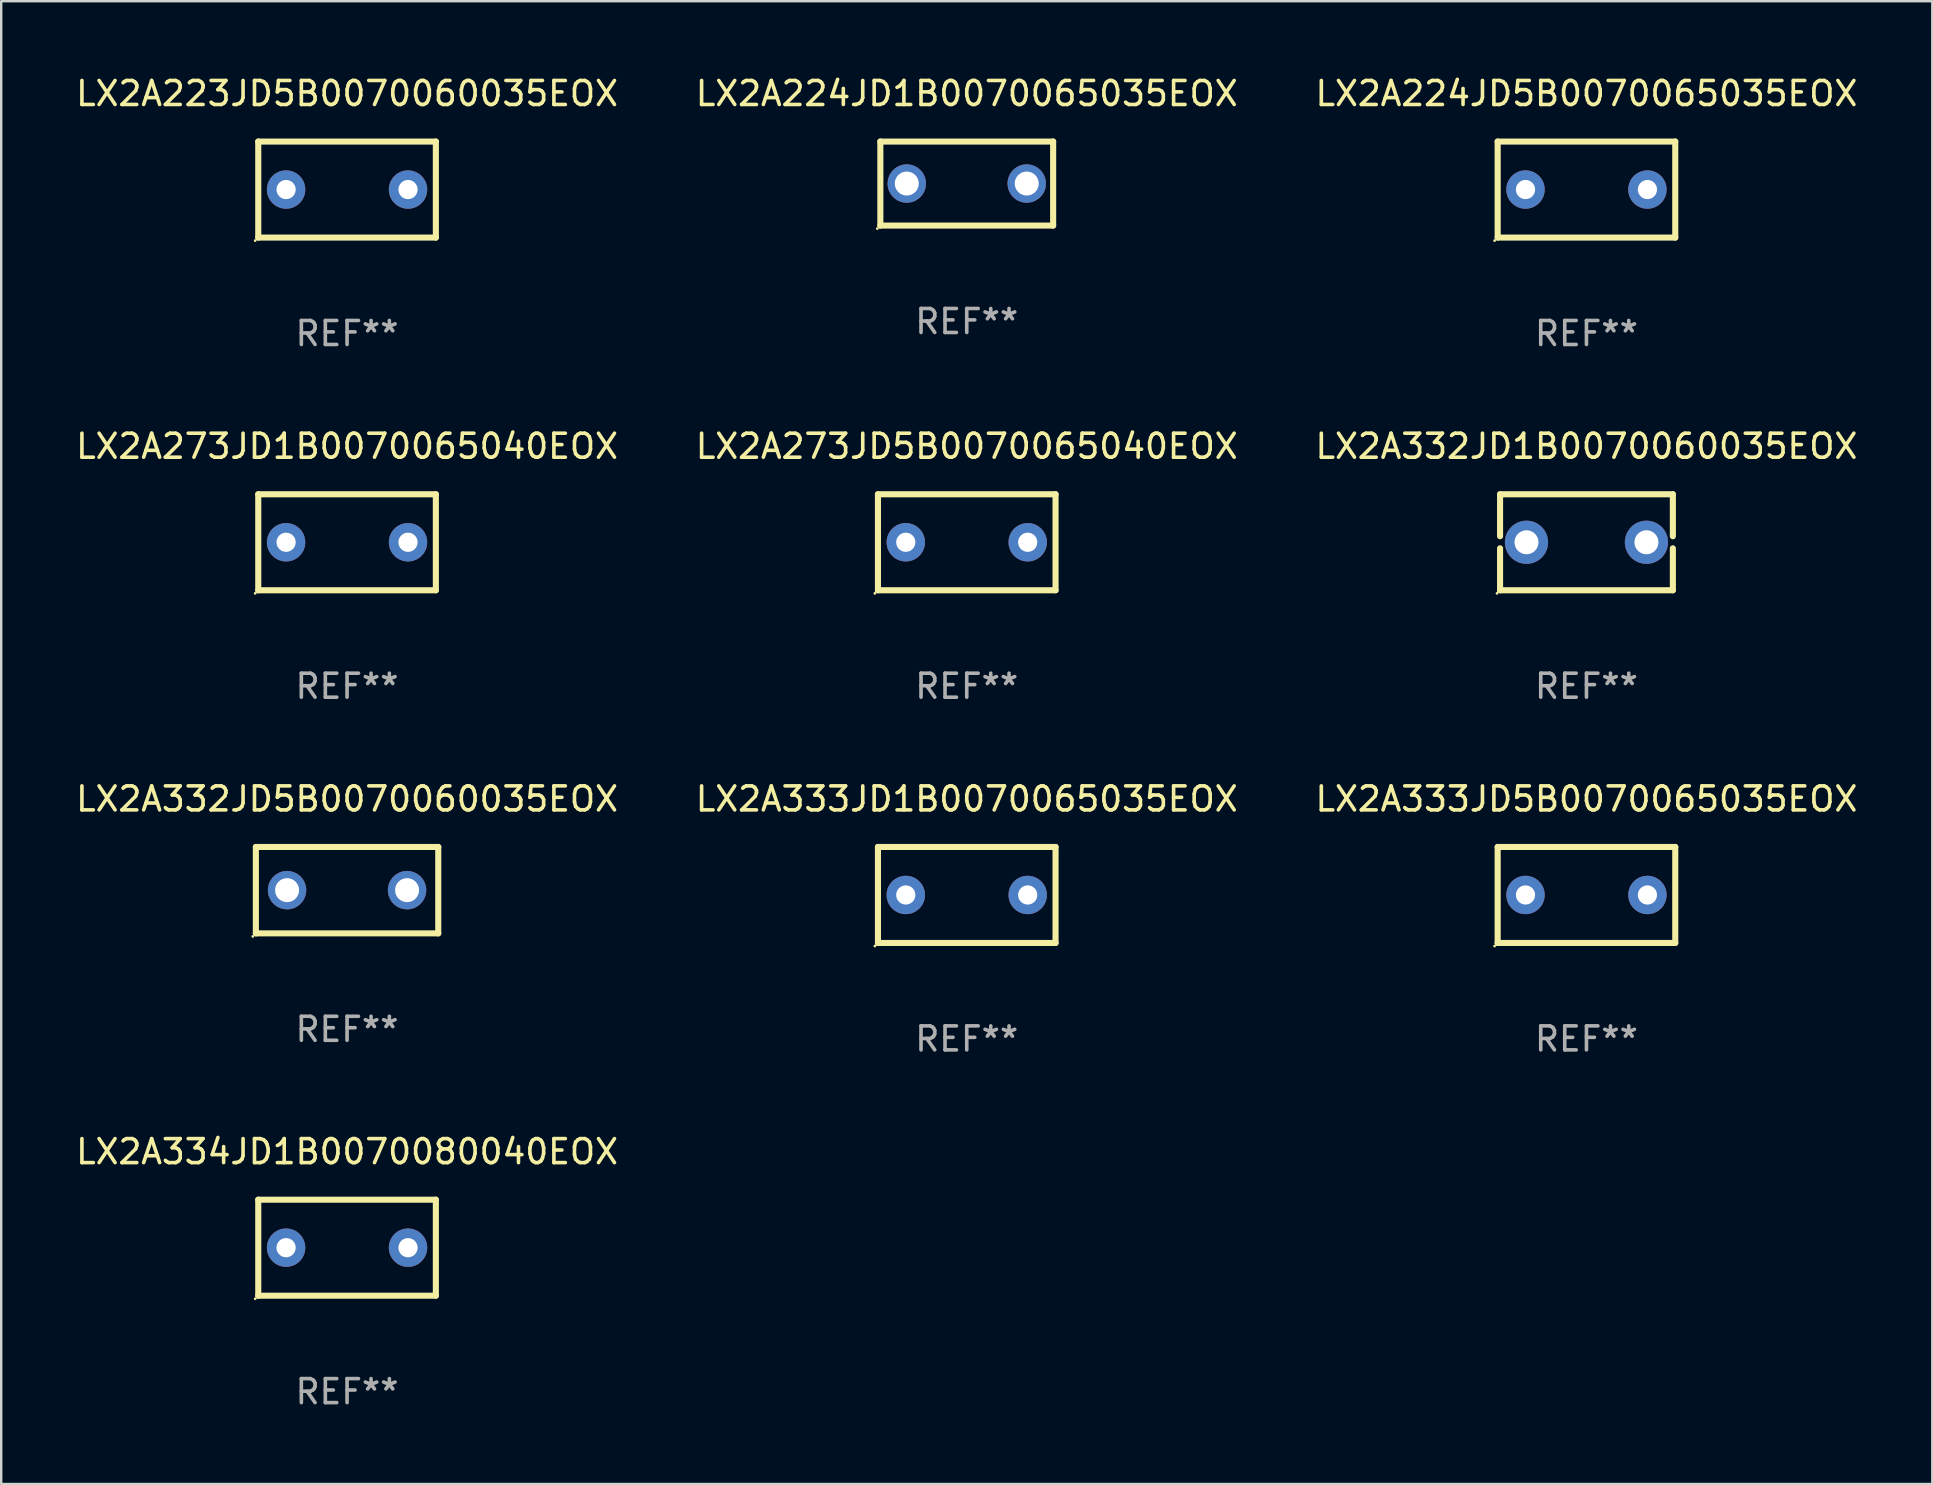
<source format=kicad_pcb>
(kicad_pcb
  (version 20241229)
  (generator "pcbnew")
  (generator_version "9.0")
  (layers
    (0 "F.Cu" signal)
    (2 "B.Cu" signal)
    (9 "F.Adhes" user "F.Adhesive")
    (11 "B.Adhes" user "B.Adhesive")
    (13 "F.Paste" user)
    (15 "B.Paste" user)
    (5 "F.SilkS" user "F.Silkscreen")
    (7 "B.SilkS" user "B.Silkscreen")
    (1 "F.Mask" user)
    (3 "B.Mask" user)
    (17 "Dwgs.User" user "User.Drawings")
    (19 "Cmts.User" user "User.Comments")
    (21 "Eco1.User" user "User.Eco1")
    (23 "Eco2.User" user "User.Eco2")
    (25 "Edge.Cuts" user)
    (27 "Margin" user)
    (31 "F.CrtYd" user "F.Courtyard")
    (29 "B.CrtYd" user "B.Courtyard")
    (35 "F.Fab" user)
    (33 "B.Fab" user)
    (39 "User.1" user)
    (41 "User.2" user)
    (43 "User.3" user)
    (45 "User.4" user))
  (footprint "LX2A334JD1B0070080040EOX"
    (layer "F.Cu")
    (at 11.411 48.938)
    (property "Reference" "LX2A334JD1B0070080040EOX" (at 0 -4 0) (layer "F.SilkS") (effects (font (size 1 1) (thickness 0.15))))
    (attr through_hole)
    (fp_line (start -3.7 -2) (end -3.7 2) (stroke (width 0.254) (type solid)) (layer "F.SilkS"))
    (fp_line (start -3.7 -2) (end 3.7 -2) (stroke (width 0.254) (type solid)) (layer "F.SilkS"))
    (fp_line (start -3.7 2) (end 3.7 2) (stroke (width 0.254) (type solid)) (layer "F.SilkS"))
    (fp_line (start 3.7 -2) (end 3.7 2) (stroke (width 0.254) (type solid)) (layer "F.SilkS"))
    (fp_circle (center -3.827 2.127) (end -3.797 2.127) (stroke (width 0.06) (type solid)) (fill no) (layer "F.SilkS"))
    (fp_text user "REF**" (at 0 6 0) (layer "F.Fab") (effects (font (size 1 1) (thickness 0.15))))
    (pad "1" thru_hole circle (at -2.54 0) (size 1.6 1.6) (drill 0.8) (layers "*.Cu" "*.Mask"))
    (pad "2" thru_hole circle (at 2.54 0) (size 1.6 1.6) (drill 0.8) (layers "*.Cu" "*.Mask")))
  (footprint "LX2A273JD1B0070065040EOX"
    (layer "F.Cu")
    (at 11.411 19.545)
    (property "Reference" "LX2A273JD1B0070065040EOX" (at 0 -4 0) (layer "F.SilkS") (effects (font (size 1 1) (thickness 0.15))))
    (attr through_hole)
    (fp_line (start -3.7 -2) (end -3.7 2) (stroke (width 0.254) (type solid)) (layer "F.SilkS"))
    (fp_line (start -3.7 -2) (end 3.7 -2) (stroke (width 0.254) (type solid)) (layer "F.SilkS"))
    (fp_line (start -3.7 2) (end 3.7 2) (stroke (width 0.254) (type solid)) (layer "F.SilkS"))
    (fp_line (start 3.7 -2) (end 3.7 2) (stroke (width 0.254) (type solid)) (layer "F.SilkS"))
    (fp_circle (center -3.827 2.127) (end -3.797 2.127) (stroke (width 0.06) (type solid)) (fill no) (layer "F.SilkS"))
    (fp_text user "REF**" (at 0 6 0) (layer "F.Fab") (effects (font (size 1 1) (thickness 0.15))))
    (pad "1" thru_hole circle (at -2.54 0) (size 1.6 1.6) (drill 0.8) (layers "*.Cu" "*.Mask"))
    (pad "2" thru_hole circle (at 2.54 0) (size 1.6 1.6) (drill 0.8) (layers "*.Cu" "*.Mask")))
  (footprint "LX2A273JD5B0070065040EOX"
    (layer "F.Cu")
    (at 37.232 19.545)
    (property "Reference" "LX2A273JD5B0070065040EOX" (at 0 -4 0) (layer "F.SilkS") (effects (font (size 1 1) (thickness 0.15))))
    (attr through_hole)
    (fp_line (start -3.7 -2) (end -3.7 2) (stroke (width 0.254) (type solid)) (layer "F.SilkS"))
    (fp_line (start -3.7 -2) (end 3.7 -2) (stroke (width 0.254) (type solid)) (layer "F.SilkS"))
    (fp_line (start -3.7 2) (end 3.7 2) (stroke (width 0.254) (type solid)) (layer "F.SilkS"))
    (fp_line (start 3.7 -2) (end 3.7 2) (stroke (width 0.254) (type solid)) (layer "F.SilkS"))
    (fp_circle (center -3.827 2.127) (end -3.797 2.127) (stroke (width 0.06) (type solid)) (fill no) (layer "F.SilkS"))
    (fp_text user "REF**" (at 0 6 0) (layer "F.Fab") (effects (font (size 1 1) (thickness 0.15))))
    (pad "1" thru_hole circle (at -2.54 0) (size 1.6 1.6) (drill 0.8) (layers "*.Cu" "*.Mask"))
    (pad "2" thru_hole circle (at 2.54 0) (size 1.6 1.6) (drill 0.8) (layers "*.Cu" "*.Mask")))
  (footprint "LX2A332JD1B0070060035EOX"
    (layer "F.Cu")
    (at 63.054 19.545)
    (property "Reference" "LX2A332JD1B0070060035EOX" (at 0 -4 0) (layer "F.SilkS") (effects (font (size 1 1) (thickness 0.15))))
    (attr through_hole)
    (fp_line (start -3.6 -2) (end -3.6 -0.252) (stroke (width 0.254) (type solid)) (layer "F.SilkS"))
    (fp_line (start -3.6 -2) (end 3.6 -2) (stroke (width 0.254) (type solid)) (layer "F.SilkS"))
    (fp_line (start -3.6 0.252) (end -3.6 2) (stroke (width 0.254) (type solid)) (layer "F.SilkS"))
    (fp_line (start -3.6 2) (end 3.6 2) (stroke (width 0.254) (type solid)) (layer "F.SilkS"))
    (fp_line (start 3.6 -0.252) (end 3.6 -2) (stroke (width 0.254) (type solid)) (layer "F.SilkS"))
    (fp_line (start 3.6 2) (end 3.6 0.252) (stroke (width 0.254) (type solid)) (layer "F.SilkS"))
    (fp_circle (center -3.727 2.127) (end -3.697 2.127) (stroke (width 0.06) (type solid)) (fill no) (layer "F.SilkS"))
    (fp_text user "REF**" (at 0 6 0) (layer "F.Fab") (effects (font (size 1 1) (thickness 0.15))))
    (pad "1" thru_hole circle (at -2.499 0) (size 1.8 1.8) (drill 1) (layers "*.Cu" "*.Mask"))
    (pad "2" thru_hole circle (at 2.499 0) (size 1.8 1.8) (drill 1) (layers "*.Cu" "*.Mask")))
  (footprint "LX2A224JD1B0070065035EOX"
    (layer "F.Cu")
    (at 37.232 4.598)
    (property "Reference" "LX2A224JD1B0070065035EOX" (at 0 -3.75 0) (layer "F.SilkS") (effects (font (size 1 1) (thickness 0.15))))
    (attr through_hole)
    (fp_line (start -3.6 -1.75) (end 3.6 -1.75) (stroke (width 0.254) (type solid)) (layer "F.SilkS"))
    (fp_line (start -3.6 1.75) (end -3.6 -1.75) (stroke (width 0.254) (type solid)) (layer "F.SilkS"))
    (fp_line (start -3.6 1.75) (end 3.6 1.75) (stroke (width 0.254) (type solid)) (layer "F.SilkS"))
    (fp_line (start 3.6 -1.75) (end 3.6 1.75) (stroke (width 0.254) (type solid)) (layer "F.SilkS"))
    (fp_circle (center -3.727 1.877) (end -3.697 1.877) (stroke (width 0.06) (type solid)) (fill no) (layer "F.SilkS"))
    (fp_text user "REF**" (at 0 5.75 0) (layer "F.Fab") (effects (font (size 1 1) (thickness 0.15))))
    (pad "1" thru_hole circle (at -2.499 -0.000013) (size 1.6 1.6) (drill 1) (layers "*.Cu" "*.Mask"))
    (pad "2" thru_hole circle (at 2.499 -0.000013) (size 1.6 1.6) (drill 1) (layers "*.Cu" "*.Mask")))
  (footprint "LX2A333JD5B0070065035EOX"
    (layer "F.Cu")
    (at 63.054 34.241)
    (property "Reference" "LX2A333JD5B0070065035EOX" (at 0 -4 0) (layer "F.SilkS") (effects (font (size 1 1) (thickness 0.15))))
    (attr through_hole)
    (fp_line (start -3.7 -2) (end -3.7 2) (stroke (width 0.254) (type solid)) (layer "F.SilkS"))
    (fp_line (start -3.7 -2) (end 3.7 -2) (stroke (width 0.254) (type solid)) (layer "F.SilkS"))
    (fp_line (start -3.7 2) (end 3.7 2) (stroke (width 0.254) (type solid)) (layer "F.SilkS"))
    (fp_line (start 3.7 -2) (end 3.7 2) (stroke (width 0.254) (type solid)) (layer "F.SilkS"))
    (fp_circle (center -3.827 2.127) (end -3.797 2.127) (stroke (width 0.06) (type solid)) (fill no) (layer "F.SilkS"))
    (fp_text user "REF**" (at 0 6 0) (layer "F.Fab") (effects (font (size 1 1) (thickness 0.15))))
    (pad "1" thru_hole circle (at -2.54 0) (size 1.6 1.6) (drill 0.8) (layers "*.Cu" "*.Mask"))
    (pad "2" thru_hole circle (at 2.54 0) (size 1.6 1.6) (drill 0.8) (layers "*.Cu" "*.Mask")))
  (footprint "LX2A223JD5B0070060035EOX"
    (layer "F.Cu")
    (at 11.411 4.848)
    (property "Reference" "LX2A223JD5B0070060035EOX" (at 0 -4 0) (layer "F.SilkS") (effects (font (size 1 1) (thickness 0.15))))
    (attr through_hole)
    (fp_line (start -3.7 -2) (end -3.7 2) (stroke (width 0.254) (type solid)) (layer "F.SilkS"))
    (fp_line (start -3.7 -2) (end 3.7 -2) (stroke (width 0.254) (type solid)) (layer "F.SilkS"))
    (fp_line (start -3.7 2) (end 3.7 2) (stroke (width 0.254) (type solid)) (layer "F.SilkS"))
    (fp_line (start 3.7 -2) (end 3.7 2) (stroke (width 0.254) (type solid)) (layer "F.SilkS"))
    (fp_circle (center -3.827 2.127) (end -3.797 2.127) (stroke (width 0.06) (type solid)) (fill no) (layer "F.SilkS"))
    (fp_text user "REF**" (at 0 6 0) (layer "F.Fab") (effects (font (size 1 1) (thickness 0.15))))
    (pad "1" thru_hole circle (at -2.54 0) (size 1.6 1.6) (drill 0.8) (layers "*.Cu" "*.Mask"))
    (pad "2" thru_hole circle (at 2.54 0) (size 1.6 1.6) (drill 0.8) (layers "*.Cu" "*.Mask")))
  (footprint "LX2A224JD5B0070065035EOX"
    (layer "F.Cu")
    (at 63.054 4.848)
    (property "Reference" "LX2A224JD5B0070065035EOX" (at 0 -4 0) (layer "F.SilkS") (effects (font (size 1 1) (thickness 0.15))))
    (attr through_hole)
    (fp_line (start -3.7 -2) (end -3.7 2) (stroke (width 0.254) (type solid)) (layer "F.SilkS"))
    (fp_line (start -3.7 -2) (end 3.7 -2) (stroke (width 0.254) (type solid)) (layer "F.SilkS"))
    (fp_line (start -3.7 2) (end 3.7 2) (stroke (width 0.254) (type solid)) (layer "F.SilkS"))
    (fp_line (start 3.7 -2) (end 3.7 2) (stroke (width 0.254) (type solid)) (layer "F.SilkS"))
    (fp_circle (center -3.827 2.127) (end -3.797 2.127) (stroke (width 0.06) (type solid)) (fill no) (layer "F.SilkS"))
    (fp_text user "REF**" (at 0 6 0) (layer "F.Fab") (effects (font (size 1 1) (thickness 0.15))))
    (pad "1" thru_hole circle (at -2.54 0) (size 1.6 1.6) (drill 0.8) (layers "*.Cu" "*.Mask"))
    (pad "2" thru_hole circle (at 2.54 0) (size 1.6 1.6) (drill 0.8) (layers "*.Cu" "*.Mask")))
  (footprint "LX2A333JD1B0070065035EOX"
    (layer "F.Cu")
    (at 37.232 34.241)
    (property "Reference" "LX2A333JD1B0070065035EOX" (at 0 -4 0) (layer "F.SilkS") (effects (font (size 1 1) (thickness 0.15))))
    (attr through_hole)
    (fp_line (start -3.7 -2) (end -3.7 2) (stroke (width 0.254) (type solid)) (layer "F.SilkS"))
    (fp_line (start -3.7 -2) (end 3.7 -2) (stroke (width 0.254) (type solid)) (layer "F.SilkS"))
    (fp_line (start -3.7 2) (end 3.7 2) (stroke (width 0.254) (type solid)) (layer "F.SilkS"))
    (fp_line (start 3.7 -2) (end 3.7 2) (stroke (width 0.254) (type solid)) (layer "F.SilkS"))
    (fp_circle (center -3.827 2.127) (end -3.797 2.127) (stroke (width 0.06) (type solid)) (fill no) (layer "F.SilkS"))
    (fp_text user "REF**" (at 0 6 0) (layer "F.Fab") (effects (font (size 1 1) (thickness 0.15))))
    (pad "1" thru_hole circle (at -2.54 0) (size 1.6 1.6) (drill 0.8) (layers "*.Cu" "*.Mask"))
    (pad "2" thru_hole circle (at 2.54 0) (size 1.6 1.6) (drill 0.8) (layers "*.Cu" "*.Mask")))
  (footprint "LX2A332JD5B0070060035EOX"
    (layer "F.Cu")
    (at 11.411 34.041)
    (property "Reference" "LX2A332JD5B0070060035EOX" (at 0 -3.8 0) (layer "F.SilkS") (effects (font (size 1 1) (thickness 0.15))))
    (attr through_hole)
    (fp_line (start -3.8 -1.8) (end 3.8 -1.8) (stroke (width 0.254) (type solid)) (layer "F.SilkS"))
    (fp_line (start -3.8 1.8) (end -3.8 -1.8) (stroke (width 0.254) (type solid)) (layer "F.SilkS"))
    (fp_line (start 3.8 -1.8) (end 3.8 1.8) (stroke (width 0.254) (type solid)) (layer "F.SilkS"))
    (fp_line (start 3.8 1.8) (end -3.8 1.8) (stroke (width 0.254) (type solid)) (layer "F.SilkS"))
    (fp_circle (center -3.927 1.927) (end -3.897 1.927) (stroke (width 0.06) (type solid)) (fill no) (layer "F.SilkS"))
    (fp_text user "REF**" (at 0 5.8 0) (layer "F.Fab") (effects (font (size 1 1) (thickness 0.15))))
    (pad "1" thru_hole circle (at -2.5 0) (size 1.6 1.6) (drill 1) (layers "*.Cu" "*.Mask"))
    (pad "2" thru_hole circle (at 2.5 0) (size 1.6 1.6) (drill 1) (layers "*.Cu" "*.Mask")))
  (gr_rect
    (start -3 -3)
    (end 77.464 58.786)
    (stroke (width 0.1) (type default))
    (fill no)
    (layer "Edge.Cuts")))
</source>
